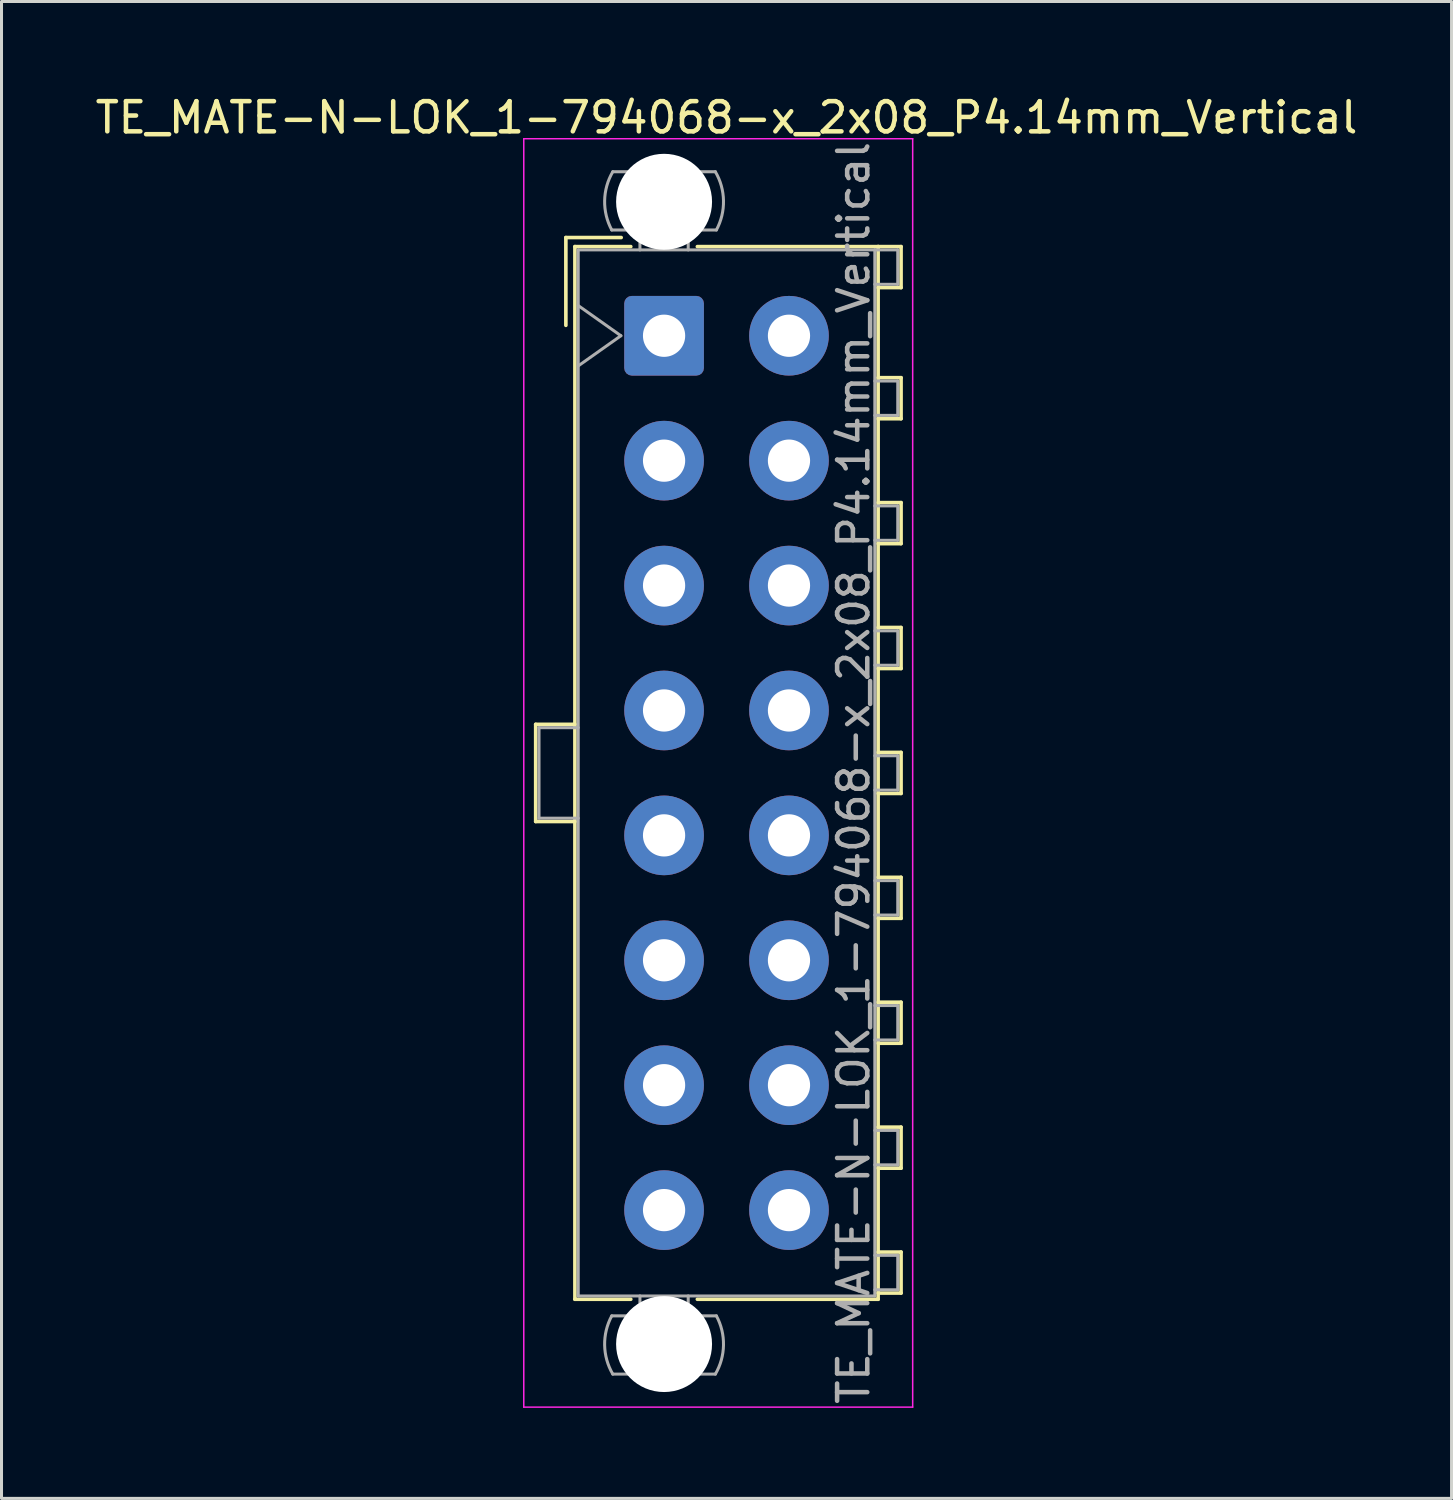
<source format=kicad_pcb>
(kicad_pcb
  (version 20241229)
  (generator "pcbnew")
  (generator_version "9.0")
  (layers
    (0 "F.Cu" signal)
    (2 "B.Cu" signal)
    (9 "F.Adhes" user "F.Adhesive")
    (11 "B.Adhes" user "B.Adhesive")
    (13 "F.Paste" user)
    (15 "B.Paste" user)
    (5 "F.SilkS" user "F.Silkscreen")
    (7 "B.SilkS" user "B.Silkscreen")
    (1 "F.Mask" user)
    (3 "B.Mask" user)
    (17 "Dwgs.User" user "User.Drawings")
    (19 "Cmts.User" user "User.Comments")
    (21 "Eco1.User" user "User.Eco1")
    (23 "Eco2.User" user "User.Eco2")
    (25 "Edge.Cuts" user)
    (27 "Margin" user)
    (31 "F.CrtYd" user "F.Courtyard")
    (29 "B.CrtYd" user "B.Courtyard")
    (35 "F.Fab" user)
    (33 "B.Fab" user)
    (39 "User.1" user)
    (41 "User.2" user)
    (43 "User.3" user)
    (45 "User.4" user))
  (footprint "TE_MATE-N-LOK_1-794068-x_2x08_P4.14mm_Vertical"
    (layer "F.Cu")
    (at 18.96 8.078)
    (property "Reference" "TE_MATE-N-LOK_1-794068-x_2x08_P4.14mm_Vertical" (at 2.07 -7.23 0) (layer "F.SilkS") (effects (font (size 1 1) (thickness 0.15))))
    (attr through_hole)
    (fp_line (start -4.255 12.88) (end -4.255 16.1) (stroke (width 0.12) (type solid)) (layer "F.SilkS"))
    (fp_line (start -4.255 16.1) (end -2.955 16.1) (stroke (width 0.12) (type solid)) (layer "F.SilkS"))
    (fp_line (start -3.255 -3.255) (end -3.255 -0.345) (stroke (width 0.12) (type solid)) (layer "F.SilkS"))
    (fp_line (start -2.955 -2.955) (end -2.955 31.935) (stroke (width 0.12) (type solid)) (layer "F.SilkS"))
    (fp_line (start -2.955 12.88) (end -4.255 12.88) (stroke (width 0.12) (type solid)) (layer "F.SilkS"))
    (fp_line (start -2.955 31.935) (end -1.103 31.935) (stroke (width 0.12) (type solid)) (layer "F.SilkS"))
    (fp_line (start -1.421 -3.255) (end -3.255 -3.255) (stroke (width 0.12) (type solid)) (layer "F.SilkS"))
    (fp_line (start -1.103 -2.955) (end -2.955 -2.955) (stroke (width 0.12) (type solid)) (layer "F.SilkS"))
    (fp_line (start 1.103 -2.955) (end 7.095 -2.955) (stroke (width 0.12) (type solid)) (layer "F.SilkS"))
    (fp_line (start 7.095 -2.955) (end 7.095 31.935) (stroke (width 0.12) (type solid)) (layer "F.SilkS"))
    (fp_line (start 7.095 -2.955) (end 7.855 -2.955) (stroke (width 0.12) (type solid)) (layer "F.SilkS"))
    (fp_line (start 7.095 1.39) (end 7.855 1.39) (stroke (width 0.12) (type solid)) (layer "F.SilkS"))
    (fp_line (start 7.095 5.53) (end 7.855 5.53) (stroke (width 0.12) (type solid)) (layer "F.SilkS"))
    (fp_line (start 7.095 9.67) (end 7.855 9.67) (stroke (width 0.12) (type solid)) (layer "F.SilkS"))
    (fp_line (start 7.095 13.81) (end 7.855 13.81) (stroke (width 0.12) (type solid)) (layer "F.SilkS"))
    (fp_line (start 7.095 17.95) (end 7.855 17.95) (stroke (width 0.12) (type solid)) (layer "F.SilkS"))
    (fp_line (start 7.095 22.09) (end 7.855 22.09) (stroke (width 0.12) (type solid)) (layer "F.SilkS"))
    (fp_line (start 7.095 26.23) (end 7.855 26.23) (stroke (width 0.12) (type solid)) (layer "F.SilkS"))
    (fp_line (start 7.095 30.37) (end 7.855 30.37) (stroke (width 0.12) (type solid)) (layer "F.SilkS"))
    (fp_line (start 7.095 31.935) (end 1.103 31.935) (stroke (width 0.12) (type solid)) (layer "F.SilkS"))
    (fp_line (start 7.855 -2.955) (end 7.855 -1.595) (stroke (width 0.12) (type solid)) (layer "F.SilkS"))
    (fp_line (start 7.855 -1.595) (end 7.095 -1.595) (stroke (width 0.12) (type solid)) (layer "F.SilkS"))
    (fp_line (start 7.855 1.39) (end 7.855 2.75) (stroke (width 0.12) (type solid)) (layer "F.SilkS"))
    (fp_line (start 7.855 2.75) (end 7.095 2.75) (stroke (width 0.12) (type solid)) (layer "F.SilkS"))
    (fp_line (start 7.855 5.53) (end 7.855 6.89) (stroke (width 0.12) (type solid)) (layer "F.SilkS"))
    (fp_line (start 7.855 6.89) (end 7.095 6.89) (stroke (width 0.12) (type solid)) (layer "F.SilkS"))
    (fp_line (start 7.855 9.67) (end 7.855 11.03) (stroke (width 0.12) (type solid)) (layer "F.SilkS"))
    (fp_line (start 7.855 11.03) (end 7.095 11.03) (stroke (width 0.12) (type solid)) (layer "F.SilkS"))
    (fp_line (start 7.855 13.81) (end 7.855 15.17) (stroke (width 0.12) (type solid)) (layer "F.SilkS"))
    (fp_line (start 7.855 15.17) (end 7.095 15.17) (stroke (width 0.12) (type solid)) (layer "F.SilkS"))
    (fp_line (start 7.855 17.95) (end 7.855 19.31) (stroke (width 0.12) (type solid)) (layer "F.SilkS"))
    (fp_line (start 7.855 19.31) (end 7.095 19.31) (stroke (width 0.12) (type solid)) (layer "F.SilkS"))
    (fp_line (start 7.855 22.09) (end 7.855 23.45) (stroke (width 0.12) (type solid)) (layer "F.SilkS"))
    (fp_line (start 7.855 23.45) (end 7.095 23.45) (stroke (width 0.12) (type solid)) (layer "F.SilkS"))
    (fp_line (start 7.855 26.23) (end 7.855 27.59) (stroke (width 0.12) (type solid)) (layer "F.SilkS"))
    (fp_line (start 7.855 27.59) (end 7.095 27.59) (stroke (width 0.12) (type solid)) (layer "F.SilkS"))
    (fp_line (start 7.855 30.37) (end 7.855 31.73) (stroke (width 0.12) (type solid)) (layer "F.SilkS"))
    (fp_line (start 7.855 31.73) (end 7.095 31.73) (stroke (width 0.12) (type solid)) (layer "F.SilkS"))
    (fp_line (start -4.65 -6.53) (end -4.65 35.51) (stroke (width 0.05) (type solid)) (layer "F.CrtYd"))
    (fp_line (start -4.65 35.51) (end 8.24 35.51) (stroke (width 0.05) (type solid)) (layer "F.CrtYd"))
    (fp_line (start 8.24 -6.53) (end -4.65 -6.53) (stroke (width 0.05) (type solid)) (layer "F.CrtYd"))
    (fp_line (start 8.24 35.51) (end 8.24 -6.53) (stroke (width 0.05) (type solid)) (layer "F.CrtYd"))
    (fp_line (start -4.145 12.99) (end -4.145 15.99) (stroke (width 0.1) (type solid)) (layer "F.Fab"))
    (fp_line (start -4.145 15.99) (end -2.845 15.99) (stroke (width 0.1) (type solid)) (layer "F.Fab"))
    (fp_line (start -2.845 -2.845) (end -2.845 31.825) (stroke (width 0.1) (type solid)) (layer "F.Fab"))
    (fp_line (start -2.845 -1) (end -1.431 0) (stroke (width 0.1) (type solid)) (layer "F.Fab"))
    (fp_line (start -2.845 12.99) (end -4.145 12.99) (stroke (width 0.1) (type solid)) (layer "F.Fab"))
    (fp_line (start -2.845 31.825) (end 6.985 31.825) (stroke (width 0.1) (type solid)) (layer "F.Fab"))
    (fp_line (start -1.431 0) (end -2.845 1) (stroke (width 0.1) (type solid)) (layer "F.Fab"))
    (fp_line (start -0.8 -2.845) (end -0.8 -3.505) (stroke (width 0.1) (type solid)) (layer "F.Fab"))
    (fp_line (start -0.8 31.825) (end -0.8 32.485) (stroke (width 0.1) (type solid)) (layer "F.Fab"))
    (fp_line (start 0.8 -2.845) (end 0.8 -3.505) (stroke (width 0.1) (type solid)) (layer "F.Fab"))
    (fp_line (start 0.8 31.825) (end 0.8 32.485) (stroke (width 0.1) (type solid)) (layer "F.Fab"))
    (fp_line (start 1.7 -5.436) (end -1.7 -5.436) (stroke (width 0.1) (type solid)) (layer "F.Fab"))
    (fp_line (start 1.7 34.416) (end -1.7 34.416) (stroke (width 0.1) (type solid)) (layer "F.Fab"))
    (fp_line (start 1.734 -3.505) (end -1.734 -3.505) (stroke (width 0.1) (type solid)) (layer "F.Fab"))
    (fp_line (start 1.734 32.485) (end -1.734 32.485) (stroke (width 0.1) (type solid)) (layer "F.Fab"))
    (fp_line (start 6.985 -2.845) (end -2.845 -2.845) (stroke (width 0.1) (type solid)) (layer "F.Fab"))
    (fp_line (start 6.985 -2.845) (end 7.745 -2.845) (stroke (width 0.1) (type solid)) (layer "F.Fab"))
    (fp_line (start 6.985 1.5) (end 7.745 1.5) (stroke (width 0.1) (type solid)) (layer "F.Fab"))
    (fp_line (start 6.985 5.64) (end 7.745 5.64) (stroke (width 0.1) (type solid)) (layer "F.Fab"))
    (fp_line (start 6.985 9.78) (end 7.745 9.78) (stroke (width 0.1) (type solid)) (layer "F.Fab"))
    (fp_line (start 6.985 13.92) (end 7.745 13.92) (stroke (width 0.1) (type solid)) (layer "F.Fab"))
    (fp_line (start 6.985 18.06) (end 7.745 18.06) (stroke (width 0.1) (type solid)) (layer "F.Fab"))
    (fp_line (start 6.985 22.2) (end 7.745 22.2) (stroke (width 0.1) (type solid)) (layer "F.Fab"))
    (fp_line (start 6.985 26.34) (end 7.745 26.34) (stroke (width 0.1) (type solid)) (layer "F.Fab"))
    (fp_line (start 6.985 30.48) (end 7.745 30.48) (stroke (width 0.1) (type solid)) (layer "F.Fab"))
    (fp_line (start 6.985 31.825) (end 6.985 -2.845) (stroke (width 0.1) (type solid)) (layer "F.Fab"))
    (fp_line (start 7.745 -2.845) (end 7.745 -1.705) (stroke (width 0.1) (type solid)) (layer "F.Fab"))
    (fp_line (start 7.745 -1.705) (end 6.985 -1.705) (stroke (width 0.1) (type solid)) (layer "F.Fab"))
    (fp_line (start 7.745 1.5) (end 7.745 2.64) (stroke (width 0.1) (type solid)) (layer "F.Fab"))
    (fp_line (start 7.745 2.64) (end 6.985 2.64) (stroke (width 0.1) (type solid)) (layer "F.Fab"))
    (fp_line (start 7.745 5.64) (end 7.745 6.78) (stroke (width 0.1) (type solid)) (layer "F.Fab"))
    (fp_line (start 7.745 6.78) (end 6.985 6.78) (stroke (width 0.1) (type solid)) (layer "F.Fab"))
    (fp_line (start 7.745 9.78) (end 7.745 10.92) (stroke (width 0.1) (type solid)) (layer "F.Fab"))
    (fp_line (start 7.745 10.92) (end 6.985 10.92) (stroke (width 0.1) (type solid)) (layer "F.Fab"))
    (fp_line (start 7.745 13.92) (end 7.745 15.06) (stroke (width 0.1) (type solid)) (layer "F.Fab"))
    (fp_line (start 7.745 15.06) (end 6.985 15.06) (stroke (width 0.1) (type solid)) (layer "F.Fab"))
    (fp_line (start 7.745 18.06) (end 7.745 19.2) (stroke (width 0.1) (type solid)) (layer "F.Fab"))
    (fp_line (start 7.745 19.2) (end 6.985 19.2) (stroke (width 0.1) (type solid)) (layer "F.Fab"))
    (fp_line (start 7.745 22.2) (end 7.745 23.34) (stroke (width 0.1) (type solid)) (layer "F.Fab"))
    (fp_line (start 7.745 23.34) (end 6.985 23.34) (stroke (width 0.1) (type solid)) (layer "F.Fab"))
    (fp_line (start 7.745 26.34) (end 7.745 27.48) (stroke (width 0.1) (type solid)) (layer "F.Fab"))
    (fp_line (start 7.745 27.48) (end 6.985 27.48) (stroke (width 0.1) (type solid)) (layer "F.Fab"))
    (fp_line (start 7.745 30.48) (end 7.745 31.62) (stroke (width 0.1) (type solid)) (layer "F.Fab"))
    (fp_line (start 7.745 31.62) (end 6.985 31.62) (stroke (width 0.1) (type solid)) (layer "F.Fab"))
    (fp_arc (start -1.733977 -3.505) (mid -1.96969 -4.474992) (end -1.699672 -5.436) (stroke (width 0.1) (type solid)) (layer "F.Fab"))
    (fp_arc (start -1.699672 34.416) (mid -1.969689 33.454992) (end -1.733977 32.485) (stroke (width 0.1) (type solid)) (layer "F.Fab"))
    (fp_arc (start 1.699672 -5.436) (mid 1.969689 -4.474992) (end 1.733977 -3.505) (stroke (width 0.1) (type solid)) (layer "F.Fab"))
    (fp_arc (start 1.733977 32.485) (mid 1.96969 33.454992) (end 1.699672 34.416) (stroke (width 0.1) (type solid)) (layer "F.Fab"))
    (fp_text user "${REFERENCE}" (at 6.28 14.49 90) (layer "F.Fab") (effects (font (size 1 1) (thickness 0.15))))
    (pad "" np_thru_hole circle (at 0 -4.44) (size 3.18 3.18) (drill 3.18) (layers "*.Cu" "*.Mask"))
    (pad "" np_thru_hole circle (at 0 33.42) (size 3.18 3.18) (drill 3.18) (layers "*.Cu" "*.Mask"))
    (pad "1" thru_hole roundrect (at 0 0) (size 2.64 2.64) (drill 1.4) (layers "*.Cu" "*.Mask") (roundrect_rratio 0.095))
    (pad "2" thru_hole circle (at 0 4.14) (size 2.64 2.64) (drill 1.4) (layers "*.Cu" "*.Mask"))
    (pad "3" thru_hole circle (at 0 8.28) (size 2.64 2.64) (drill 1.4) (layers "*.Cu" "*.Mask"))
    (pad "4" thru_hole circle (at 0 12.42) (size 2.64 2.64) (drill 1.4) (layers "*.Cu" "*.Mask"))
    (pad "5" thru_hole circle (at 0 16.56) (size 2.64 2.64) (drill 1.4) (layers "*.Cu" "*.Mask"))
    (pad "6" thru_hole circle (at 0 20.7) (size 2.64 2.64) (drill 1.4) (layers "*.Cu" "*.Mask"))
    (pad "7" thru_hole circle (at 0 24.84) (size 2.64 2.64) (drill 1.4) (layers "*.Cu" "*.Mask"))
    (pad "8" thru_hole circle (at 0 28.98) (size 2.64 2.64) (drill 1.4) (layers "*.Cu" "*.Mask"))
    (pad "9" thru_hole circle (at 4.14 0) (size 2.64 2.64) (drill 1.4) (layers "*.Cu" "*.Mask"))
    (pad "10" thru_hole circle (at 4.14 4.14) (size 2.64 2.64) (drill 1.4) (layers "*.Cu" "*.Mask"))
    (pad "11" thru_hole circle (at 4.14 8.28) (size 2.64 2.64) (drill 1.4) (layers "*.Cu" "*.Mask"))
    (pad "12" thru_hole circle (at 4.14 12.42) (size 2.64 2.64) (drill 1.4) (layers "*.Cu" "*.Mask"))
    (pad "13" thru_hole circle (at 4.14 16.56) (size 2.64 2.64) (drill 1.4) (layers "*.Cu" "*.Mask"))
    (pad "14" thru_hole circle (at 4.14 20.7) (size 2.64 2.64) (drill 1.4) (layers "*.Cu" "*.Mask"))
    (pad "15" thru_hole circle (at 4.14 24.84) (size 2.64 2.64) (drill 1.4) (layers "*.Cu" "*.Mask"))
    (pad "16" thru_hole circle (at 4.14 28.98) (size 2.64 2.64) (drill 1.4) (layers "*.Cu" "*.Mask")))
  (gr_rect
    (start -3 -3)
    (end 45.06 46.613)
    (stroke (width 0.1) (type default))
    (fill no)
    (layer "Edge.Cuts")))
</source>
